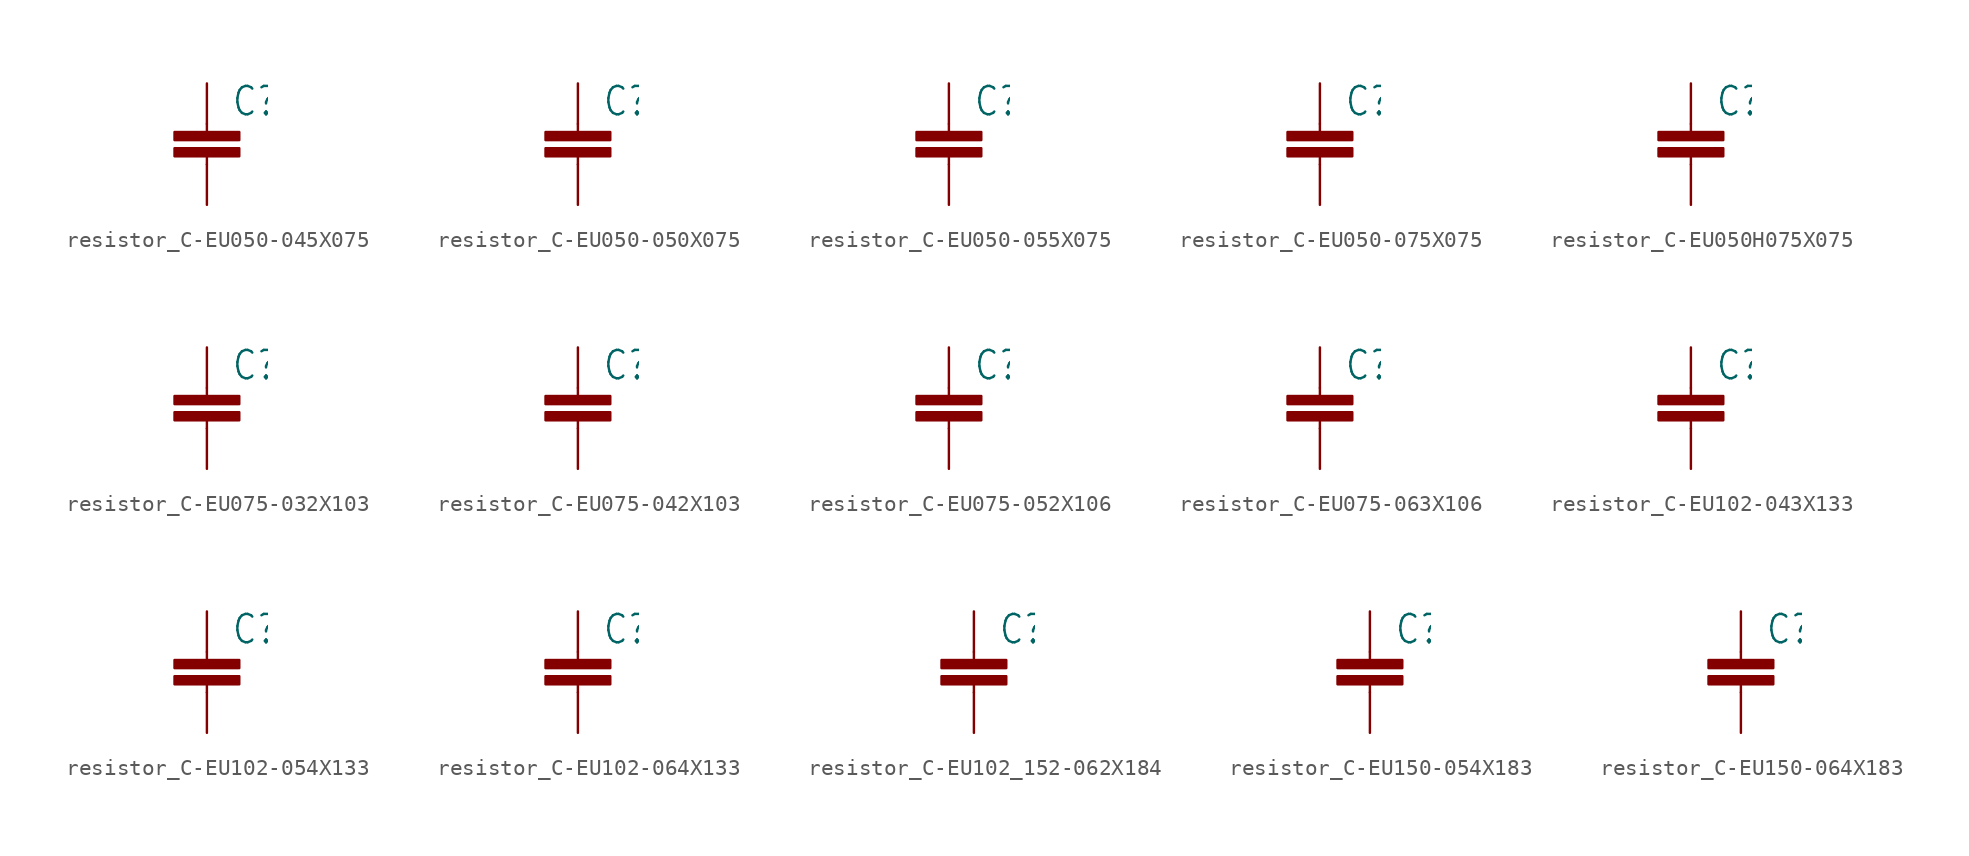
<source format=kicad_sym>
(kicad_symbol_lib
  (version 20241209)
  (generator "kicad_symbol_editor")
  (generator_version "9.0")
  (symbol "resistor_C-EU050-045X075"
    (property "Reference" "C"
      (at 1.524 0.381 0)
      (effects (font (size 1.778 1.511)) (justify left bottom)))
    (property "Value" ""
      (at 1.524 -4.699 0)
      (effects (font (size 1.778 1.511)) (justify left bottom)))
    (property "ki_locked" ""
      (at 0 0 0)
      (effects (font (size 1.27 1.27))))
    (symbol "resistor_C-EU050-045X075_1_0"
      (rectangle (start -2.032 -1.016) (end 2.032 -0.508) (stroke (width 0) (type default)) (fill (type outline)))
      (rectangle (start -2.032 -2.032) (end 2.032 -1.524) (stroke (width 0) (type default)) (fill (type outline)))
      (polyline (pts (xy 0 0) (xy 0 -0.508)) (stroke (width 0.152) (type solid)) (fill (type none)))
      (polyline (pts (xy 0 -2.54) (xy 0 -2.032)) (stroke (width 0.152) (type solid)) (fill (type none)))
      (pin passive line (at 0 2.54 270) (length 2.54) (name "1" (effects (font (size 0 0)))) (number "1" (effects (font (size 0 0)))))
      (pin passive line (at 0 -5.08 90) (length 2.54) (name "2" (effects (font (size 0 0)))) (number "2" (effects (font (size 0 0)))))))
  (symbol "resistor_C-EU050-050X075"
    (property "Reference" "C"
      (at 1.524 0.381 0)
      (effects (font (size 1.778 1.511)) (justify left bottom)))
    (property "Value" ""
      (at 1.524 -4.699 0)
      (effects (font (size 1.778 1.511)) (justify left bottom)))
    (property "ki_locked" ""
      (at 0 0 0)
      (effects (font (size 1.27 1.27))))
    (symbol "resistor_C-EU050-050X075_1_0"
      (rectangle (start -2.032 -1.016) (end 2.032 -0.508) (stroke (width 0) (type default)) (fill (type outline)))
      (rectangle (start -2.032 -2.032) (end 2.032 -1.524) (stroke (width 0) (type default)) (fill (type outline)))
      (polyline (pts (xy 0 0) (xy 0 -0.508)) (stroke (width 0.152) (type solid)) (fill (type none)))
      (polyline (pts (xy 0 -2.54) (xy 0 -2.032)) (stroke (width 0.152) (type solid)) (fill (type none)))
      (pin passive line (at 0 2.54 270) (length 2.54) (name "1" (effects (font (size 0 0)))) (number "1" (effects (font (size 0 0)))))
      (pin passive line (at 0 -5.08 90) (length 2.54) (name "2" (effects (font (size 0 0)))) (number "2" (effects (font (size 0 0)))))))
  (symbol "resistor_C-EU050-055X075"
    (property "Reference" "C"
      (at 1.524 0.381 0)
      (effects (font (size 1.778 1.511)) (justify left bottom)))
    (property "Value" ""
      (at 1.524 -4.699 0)
      (effects (font (size 1.778 1.511)) (justify left bottom)))
    (property "ki_locked" ""
      (at 0 0 0)
      (effects (font (size 1.27 1.27))))
    (symbol "resistor_C-EU050-055X075_1_0"
      (rectangle (start -2.032 -1.016) (end 2.032 -0.508) (stroke (width 0) (type default)) (fill (type outline)))
      (rectangle (start -2.032 -2.032) (end 2.032 -1.524) (stroke (width 0) (type default)) (fill (type outline)))
      (polyline (pts (xy 0 0) (xy 0 -0.508)) (stroke (width 0.152) (type solid)) (fill (type none)))
      (polyline (pts (xy 0 -2.54) (xy 0 -2.032)) (stroke (width 0.152) (type solid)) (fill (type none)))
      (pin passive line (at 0 2.54 270) (length 2.54) (name "1" (effects (font (size 0 0)))) (number "1" (effects (font (size 0 0)))))
      (pin passive line (at 0 -5.08 90) (length 2.54) (name "2" (effects (font (size 0 0)))) (number "2" (effects (font (size 0 0)))))))
  (symbol "resistor_C-EU050-075X075"
    (property "Reference" "C"
      (at 1.524 0.381 0)
      (effects (font (size 1.778 1.511)) (justify left bottom)))
    (property "Value" ""
      (at 1.524 -4.699 0)
      (effects (font (size 1.778 1.511)) (justify left bottom)))
    (property "ki_locked" ""
      (at 0 0 0)
      (effects (font (size 1.27 1.27))))
    (symbol "resistor_C-EU050-075X075_1_0"
      (rectangle (start -2.032 -1.016) (end 2.032 -0.508) (stroke (width 0) (type default)) (fill (type outline)))
      (rectangle (start -2.032 -2.032) (end 2.032 -1.524) (stroke (width 0) (type default)) (fill (type outline)))
      (polyline (pts (xy 0 0) (xy 0 -0.508)) (stroke (width 0.152) (type solid)) (fill (type none)))
      (polyline (pts (xy 0 -2.54) (xy 0 -2.032)) (stroke (width 0.152) (type solid)) (fill (type none)))
      (pin passive line (at 0 2.54 270) (length 2.54) (name "1" (effects (font (size 0 0)))) (number "1" (effects (font (size 0 0)))))
      (pin passive line (at 0 -5.08 90) (length 2.54) (name "2" (effects (font (size 0 0)))) (number "2" (effects (font (size 0 0)))))))
  (symbol "resistor_C-EU050H075X075"
    (property "Reference" "C"
      (at 1.524 0.381 0)
      (effects (font (size 1.778 1.511)) (justify left bottom)))
    (property "Value" ""
      (at 1.524 -4.699 0)
      (effects (font (size 1.778 1.511)) (justify left bottom)))
    (property "ki_locked" ""
      (at 0 0 0)
      (effects (font (size 1.27 1.27))))
    (symbol "resistor_C-EU050H075X075_1_0"
      (rectangle (start -2.032 -1.016) (end 2.032 -0.508) (stroke (width 0) (type default)) (fill (type outline)))
      (rectangle (start -2.032 -2.032) (end 2.032 -1.524) (stroke (width 0) (type default)) (fill (type outline)))
      (polyline (pts (xy 0 0) (xy 0 -0.508)) (stroke (width 0.152) (type solid)) (fill (type none)))
      (polyline (pts (xy 0 -2.54) (xy 0 -2.032)) (stroke (width 0.152) (type solid)) (fill (type none)))
      (pin passive line (at 0 2.54 270) (length 2.54) (name "1" (effects (font (size 0 0)))) (number "1" (effects (font (size 0 0)))))
      (pin passive line (at 0 -5.08 90) (length 2.54) (name "2" (effects (font (size 0 0)))) (number "2" (effects (font (size 0 0)))))))
  (symbol "resistor_C-EU075-032X103"
    (property "Reference" "C"
      (at 1.524 0.381 0)
      (effects (font (size 1.778 1.511)) (justify left bottom)))
    (property "Value" ""
      (at 1.524 -4.699 0)
      (effects (font (size 1.778 1.511)) (justify left bottom)))
    (property "ki_locked" ""
      (at 0 0 0)
      (effects (font (size 1.27 1.27))))
    (symbol "resistor_C-EU075-032X103_1_0"
      (rectangle (start -2.032 -1.016) (end 2.032 -0.508) (stroke (width 0) (type default)) (fill (type outline)))
      (rectangle (start -2.032 -2.032) (end 2.032 -1.524) (stroke (width 0) (type default)) (fill (type outline)))
      (polyline (pts (xy 0 0) (xy 0 -0.508)) (stroke (width 0.152) (type solid)) (fill (type none)))
      (polyline (pts (xy 0 -2.54) (xy 0 -2.032)) (stroke (width 0.152) (type solid)) (fill (type none)))
      (pin passive line (at 0 2.54 270) (length 2.54) (name "1" (effects (font (size 0 0)))) (number "1" (effects (font (size 0 0)))))
      (pin passive line (at 0 -5.08 90) (length 2.54) (name "2" (effects (font (size 0 0)))) (number "2" (effects (font (size 0 0)))))))
  (symbol "resistor_C-EU075-042X103"
    (property "Reference" "C"
      (at 1.524 0.381 0)
      (effects (font (size 1.778 1.511)) (justify left bottom)))
    (property "Value" ""
      (at 1.524 -4.699 0)
      (effects (font (size 1.778 1.511)) (justify left bottom)))
    (property "ki_locked" ""
      (at 0 0 0)
      (effects (font (size 1.27 1.27))))
    (symbol "resistor_C-EU075-042X103_1_0"
      (rectangle (start -2.032 -1.016) (end 2.032 -0.508) (stroke (width 0) (type default)) (fill (type outline)))
      (rectangle (start -2.032 -2.032) (end 2.032 -1.524) (stroke (width 0) (type default)) (fill (type outline)))
      (polyline (pts (xy 0 0) (xy 0 -0.508)) (stroke (width 0.152) (type solid)) (fill (type none)))
      (polyline (pts (xy 0 -2.54) (xy 0 -2.032)) (stroke (width 0.152) (type solid)) (fill (type none)))
      (pin passive line (at 0 2.54 270) (length 2.54) (name "1" (effects (font (size 0 0)))) (number "1" (effects (font (size 0 0)))))
      (pin passive line (at 0 -5.08 90) (length 2.54) (name "2" (effects (font (size 0 0)))) (number "2" (effects (font (size 0 0)))))))
  (symbol "resistor_C-EU075-052X106"
    (property "Reference" "C"
      (at 1.524 0.381 0)
      (effects (font (size 1.778 1.511)) (justify left bottom)))
    (property "Value" ""
      (at 1.524 -4.699 0)
      (effects (font (size 1.778 1.511)) (justify left bottom)))
    (property "ki_locked" ""
      (at 0 0 0)
      (effects (font (size 1.27 1.27))))
    (symbol "resistor_C-EU075-052X106_1_0"
      (rectangle (start -2.032 -1.016) (end 2.032 -0.508) (stroke (width 0) (type default)) (fill (type outline)))
      (rectangle (start -2.032 -2.032) (end 2.032 -1.524) (stroke (width 0) (type default)) (fill (type outline)))
      (polyline (pts (xy 0 0) (xy 0 -0.508)) (stroke (width 0.152) (type solid)) (fill (type none)))
      (polyline (pts (xy 0 -2.54) (xy 0 -2.032)) (stroke (width 0.152) (type solid)) (fill (type none)))
      (pin passive line (at 0 2.54 270) (length 2.54) (name "1" (effects (font (size 0 0)))) (number "1" (effects (font (size 0 0)))))
      (pin passive line (at 0 -5.08 90) (length 2.54) (name "2" (effects (font (size 0 0)))) (number "2" (effects (font (size 0 0)))))))
  (symbol "resistor_C-EU075-063X106"
    (property "Reference" "C"
      (at 1.524 0.381 0)
      (effects (font (size 1.778 1.511)) (justify left bottom)))
    (property "Value" ""
      (at 1.524 -4.699 0)
      (effects (font (size 1.778 1.511)) (justify left bottom)))
    (property "ki_locked" ""
      (at 0 0 0)
      (effects (font (size 1.27 1.27))))
    (symbol "resistor_C-EU075-063X106_1_0"
      (rectangle (start -2.032 -1.016) (end 2.032 -0.508) (stroke (width 0) (type default)) (fill (type outline)))
      (rectangle (start -2.032 -2.032) (end 2.032 -1.524) (stroke (width 0) (type default)) (fill (type outline)))
      (polyline (pts (xy 0 0) (xy 0 -0.508)) (stroke (width 0.152) (type solid)) (fill (type none)))
      (polyline (pts (xy 0 -2.54) (xy 0 -2.032)) (stroke (width 0.152) (type solid)) (fill (type none)))
      (pin passive line (at 0 2.54 270) (length 2.54) (name "1" (effects (font (size 0 0)))) (number "1" (effects (font (size 0 0)))))
      (pin passive line (at 0 -5.08 90) (length 2.54) (name "2" (effects (font (size 0 0)))) (number "2" (effects (font (size 0 0)))))))
  (symbol "resistor_C-EU102-043X133"
    (property "Reference" "C"
      (at 1.524 0.381 0)
      (effects (font (size 1.778 1.511)) (justify left bottom)))
    (property "Value" ""
      (at 1.524 -4.699 0)
      (effects (font (size 1.778 1.511)) (justify left bottom)))
    (property "ki_locked" ""
      (at 0 0 0)
      (effects (font (size 1.27 1.27))))
    (symbol "resistor_C-EU102-043X133_1_0"
      (rectangle (start -2.032 -1.016) (end 2.032 -0.508) (stroke (width 0) (type default)) (fill (type outline)))
      (rectangle (start -2.032 -2.032) (end 2.032 -1.524) (stroke (width 0) (type default)) (fill (type outline)))
      (polyline (pts (xy 0 0) (xy 0 -0.508)) (stroke (width 0.152) (type solid)) (fill (type none)))
      (polyline (pts (xy 0 -2.54) (xy 0 -2.032)) (stroke (width 0.152) (type solid)) (fill (type none)))
      (pin passive line (at 0 2.54 270) (length 2.54) (name "1" (effects (font (size 0 0)))) (number "1" (effects (font (size 0 0)))))
      (pin passive line (at 0 -5.08 90) (length 2.54) (name "2" (effects (font (size 0 0)))) (number "2" (effects (font (size 0 0)))))))
  (symbol "resistor_C-EU102-054X133"
    (property "Reference" "C"
      (at 1.524 0.381 0)
      (effects (font (size 1.778 1.511)) (justify left bottom)))
    (property "Value" ""
      (at 1.524 -4.699 0)
      (effects (font (size 1.778 1.511)) (justify left bottom)))
    (property "ki_locked" ""
      (at 0 0 0)
      (effects (font (size 1.27 1.27))))
    (symbol "resistor_C-EU102-054X133_1_0"
      (rectangle (start -2.032 -1.016) (end 2.032 -0.508) (stroke (width 0) (type default)) (fill (type outline)))
      (rectangle (start -2.032 -2.032) (end 2.032 -1.524) (stroke (width 0) (type default)) (fill (type outline)))
      (polyline (pts (xy 0 0) (xy 0 -0.508)) (stroke (width 0.152) (type solid)) (fill (type none)))
      (polyline (pts (xy 0 -2.54) (xy 0 -2.032)) (stroke (width 0.152) (type solid)) (fill (type none)))
      (pin passive line (at 0 2.54 270) (length 2.54) (name "1" (effects (font (size 0 0)))) (number "1" (effects (font (size 0 0)))))
      (pin passive line (at 0 -5.08 90) (length 2.54) (name "2" (effects (font (size 0 0)))) (number "2" (effects (font (size 0 0)))))))
  (symbol "resistor_C-EU102-064X133"
    (property "Reference" "C"
      (at 1.524 0.381 0)
      (effects (font (size 1.778 1.511)) (justify left bottom)))
    (property "Value" ""
      (at 1.524 -4.699 0)
      (effects (font (size 1.778 1.511)) (justify left bottom)))
    (property "ki_locked" ""
      (at 0 0 0)
      (effects (font (size 1.27 1.27))))
    (symbol "resistor_C-EU102-064X133_1_0"
      (rectangle (start -2.032 -1.016) (end 2.032 -0.508) (stroke (width 0) (type default)) (fill (type outline)))
      (rectangle (start -2.032 -2.032) (end 2.032 -1.524) (stroke (width 0) (type default)) (fill (type outline)))
      (polyline (pts (xy 0 0) (xy 0 -0.508)) (stroke (width 0.152) (type solid)) (fill (type none)))
      (polyline (pts (xy 0 -2.54) (xy 0 -2.032)) (stroke (width 0.152) (type solid)) (fill (type none)))
      (pin passive line (at 0 2.54 270) (length 2.54) (name "1" (effects (font (size 0 0)))) (number "1" (effects (font (size 0 0)))))
      (pin passive line (at 0 -5.08 90) (length 2.54) (name "2" (effects (font (size 0 0)))) (number "2" (effects (font (size 0 0)))))))
  (symbol "resistor_C-EU102_152-062X184"
    (property "Reference" "C"
      (at 1.524 0.381 0)
      (effects (font (size 1.778 1.511)) (justify left bottom)))
    (property "Value" ""
      (at 1.524 -4.699 0)
      (effects (font (size 1.778 1.511)) (justify left bottom)))
    (property "ki_locked" ""
      (at 0 0 0)
      (effects (font (size 1.27 1.27))))
    (symbol "resistor_C-EU102_152-062X184_1_0"
      (rectangle (start -2.032 -1.016) (end 2.032 -0.508) (stroke (width 0) (type default)) (fill (type outline)))
      (rectangle (start -2.032 -2.032) (end 2.032 -1.524) (stroke (width 0) (type default)) (fill (type outline)))
      (polyline (pts (xy 0 0) (xy 0 -0.508)) (stroke (width 0.152) (type solid)) (fill (type none)))
      (polyline (pts (xy 0 -2.54) (xy 0 -2.032)) (stroke (width 0.152) (type solid)) (fill (type none)))
      (pin passive line (at 0 2.54 270) (length 2.54) (name "1" (effects (font (size 0 0)))) (number "1" (effects (font (size 0 0)))))
      (pin passive line (at 0 -5.08 90) (length 2.54) (name "2" (effects (font (size 0 0)))) (number "2" (effects (font (size 0 0)))))))
  (symbol "resistor_C-EU150-054X183"
    (property "Reference" "C"
      (at 1.524 0.381 0)
      (effects (font (size 1.778 1.511)) (justify left bottom)))
    (property "Value" ""
      (at 1.524 -4.699 0)
      (effects (font (size 1.778 1.511)) (justify left bottom)))
    (property "ki_locked" ""
      (at 0 0 0)
      (effects (font (size 1.27 1.27))))
    (symbol "resistor_C-EU150-054X183_1_0"
      (rectangle (start -2.032 -1.016) (end 2.032 -0.508) (stroke (width 0) (type default)) (fill (type outline)))
      (rectangle (start -2.032 -2.032) (end 2.032 -1.524) (stroke (width 0) (type default)) (fill (type outline)))
      (polyline (pts (xy 0 0) (xy 0 -0.508)) (stroke (width 0.152) (type solid)) (fill (type none)))
      (polyline (pts (xy 0 -2.54) (xy 0 -2.032)) (stroke (width 0.152) (type solid)) (fill (type none)))
      (pin passive line (at 0 2.54 270) (length 2.54) (name "1" (effects (font (size 0 0)))) (number "1" (effects (font (size 0 0)))))
      (pin passive line (at 0 -5.08 90) (length 2.54) (name "2" (effects (font (size 0 0)))) (number "2" (effects (font (size 0 0)))))))
  (symbol "resistor_C-EU150-064X183"
    (property "Reference" "C"
      (at 1.524 0.381 0)
      (effects (font (size 1.778 1.511)) (justify left bottom)))
    (property "Value" ""
      (at 1.524 -4.699 0)
      (effects (font (size 1.778 1.511)) (justify left bottom)))
    (property "ki_locked" ""
      (at 0 0 0)
      (effects (font (size 1.27 1.27))))
    (symbol "resistor_C-EU150-064X183_1_0"
      (rectangle (start -2.032 -1.016) (end 2.032 -0.508) (stroke (width 0) (type default)) (fill (type outline)))
      (rectangle (start -2.032 -2.032) (end 2.032 -1.524) (stroke (width 0) (type default)) (fill (type outline)))
      (polyline (pts (xy 0 0) (xy 0 -0.508)) (stroke (width 0.152) (type solid)) (fill (type none)))
      (polyline (pts (xy 0 -2.54) (xy 0 -2.032)) (stroke (width 0.152) (type solid)) (fill (type none)))
      (pin passive line (at 0 2.54 270) (length 2.54) (name "1" (effects (font (size 0 0)))) (number "1" (effects (font (size 0 0)))))
      (pin passive line (at 0 -5.08 90) (length 2.54) (name "2" (effects (font (size 0 0)))) (number "2" (effects (font (size 0 0))))))))
</source>
